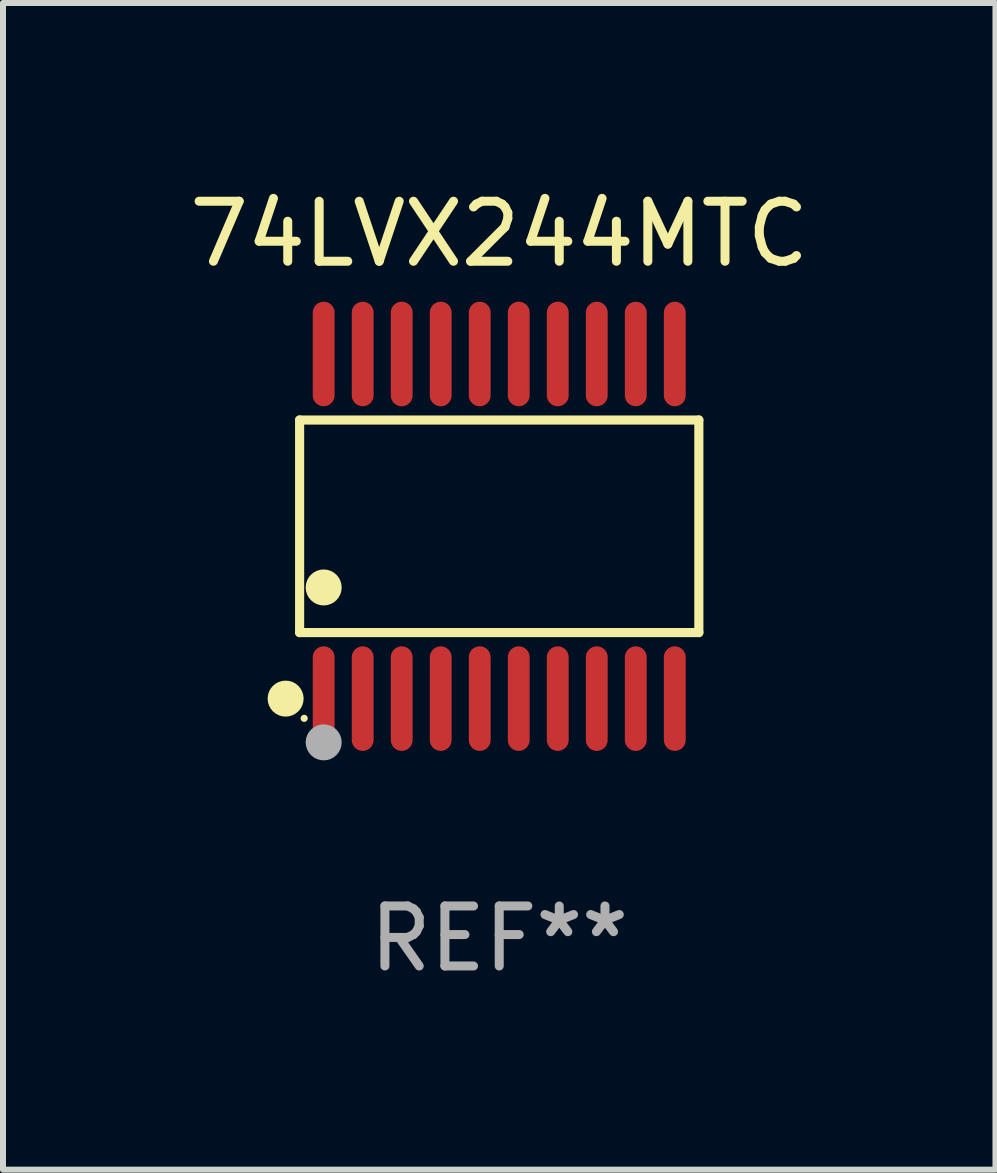
<source format=kicad_pcb>
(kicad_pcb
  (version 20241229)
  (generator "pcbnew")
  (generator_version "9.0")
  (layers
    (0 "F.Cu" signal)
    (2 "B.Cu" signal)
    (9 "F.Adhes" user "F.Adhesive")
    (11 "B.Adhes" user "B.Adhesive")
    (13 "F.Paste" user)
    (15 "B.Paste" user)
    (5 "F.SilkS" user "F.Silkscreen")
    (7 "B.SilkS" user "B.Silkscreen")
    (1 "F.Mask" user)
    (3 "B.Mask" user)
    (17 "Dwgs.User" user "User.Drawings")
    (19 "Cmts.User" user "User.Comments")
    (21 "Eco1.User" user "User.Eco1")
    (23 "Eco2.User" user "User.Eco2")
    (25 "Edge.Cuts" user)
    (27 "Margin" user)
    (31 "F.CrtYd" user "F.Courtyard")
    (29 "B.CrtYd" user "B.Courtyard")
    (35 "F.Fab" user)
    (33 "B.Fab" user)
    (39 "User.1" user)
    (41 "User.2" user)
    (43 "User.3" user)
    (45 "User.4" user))
  (footprint "74LVX244MTC"
    (layer "F.Cu")
    (at 5.268 5.719)
    (property "Reference" "74LVX244MTC" (at 0 -4.871 0) (layer "F.SilkS") (effects (font (size 1 1) (thickness 0.15))))
    (attr through_hole)
    (fp_line (start -3.326 -1.771) (end 3.326 -1.771) (stroke (width 0.152) (type solid)) (layer "F.SilkS"))
    (fp_line (start -3.326 1.771) (end -3.326 -1.771) (stroke (width 0.152) (type solid)) (layer "F.SilkS"))
    (fp_line (start 3.326 -1.771) (end 3.326 1.771) (stroke (width 0.152) (type solid)) (layer "F.SilkS"))
    (fp_line (start 3.326 1.771) (end -3.326 1.771) (stroke (width 0.152) (type solid)) (layer "F.SilkS"))
    (fp_circle (center -3.559 2.871) (end -3.409 2.871) (stroke (width 0.3) (type solid)) (fill no) (layer "F.SilkS"))
    (fp_circle (center -3.25 3.2) (end -3.22 3.2) (stroke (width 0.06) (type solid)) (fill no) (layer "F.SilkS"))
    (fp_circle (center -2.925 1.019) (end -2.775 1.019) (stroke (width 0.3) (type solid)) (fill no) (layer "F.SilkS"))
    (fp_circle (center -2.925 3.6) (end -2.775 3.6) (stroke (width 0.3) (type solid)) (fill no) (layer "F.Fab"))
    (fp_text user "REF**" (at 0 6.871 0) (layer "F.Fab") (effects (font (size 1 1) (thickness 0.15))))
    (pad "1" smd oval (at -2.925 2.871) (size 0.364 1.742) (layers "F.Cu" "F.Mask" "F.Paste"))
    (pad "2" smd oval (at -2.275 2.871) (size 0.364 1.742) (layers "F.Cu" "F.Mask" "F.Paste"))
    (pad "3" smd oval (at -1.625 2.871) (size 0.364 1.742) (layers "F.Cu" "F.Mask" "F.Paste"))
    (pad "4" smd oval (at -0.975 2.871) (size 0.364 1.742) (layers "F.Cu" "F.Mask" "F.Paste"))
    (pad "5" smd oval (at -0.325 2.871) (size 0.364 1.742) (layers "F.Cu" "F.Mask" "F.Paste"))
    (pad "6" smd oval (at 0.325 2.871) (size 0.364 1.742) (layers "F.Cu" "F.Mask" "F.Paste"))
    (pad "7" smd oval (at 0.975 2.871) (size 0.364 1.742) (layers "F.Cu" "F.Mask" "F.Paste"))
    (pad "8" smd oval (at 1.625 2.871) (size 0.364 1.742) (layers "F.Cu" "F.Mask" "F.Paste"))
    (pad "9" smd oval (at 2.275 2.871) (size 0.364 1.742) (layers "F.Cu" "F.Mask" "F.Paste"))
    (pad "10" smd oval (at 2.925 2.871) (size 0.364 1.742) (layers "F.Cu" "F.Mask" "F.Paste"))
    (pad "11" smd oval (at 2.925 -2.871) (size 0.364 1.742) (layers "F.Cu" "F.Mask" "F.Paste"))
    (pad "12" smd oval (at 2.275 -2.871) (size 0.364 1.742) (layers "F.Cu" "F.Mask" "F.Paste"))
    (pad "13" smd oval (at 1.625 -2.871) (size 0.364 1.742) (layers "F.Cu" "F.Mask" "F.Paste"))
    (pad "14" smd oval (at 0.975 -2.871) (size 0.364 1.742) (layers "F.Cu" "F.Mask" "F.Paste"))
    (pad "15" smd oval (at 0.325 -2.871) (size 0.364 1.742) (layers "F.Cu" "F.Mask" "F.Paste"))
    (pad "16" smd oval (at -0.325 -2.871) (size 0.364 1.742) (layers "F.Cu" "F.Mask" "F.Paste"))
    (pad "17" smd oval (at -0.975 -2.871) (size 0.364 1.742) (layers "F.Cu" "F.Mask" "F.Paste"))
    (pad "18" smd oval (at -1.625 -2.871) (size 0.364 1.742) (layers "F.Cu" "F.Mask" "F.Paste"))
    (pad "19" smd oval (at -2.275 -2.871) (size 0.364 1.742) (layers "F.Cu" "F.Mask" "F.Paste"))
    (pad "20" smd oval (at -2.925 -2.871) (size 0.364 1.742) (layers "F.Cu" "F.Mask" "F.Paste")))
  (gr_rect
    (start -3 -3)
    (end 13.536 16.438)
    (stroke (width 0.1) (type default))
    (fill no)
    (layer "Edge.Cuts")))
</source>
